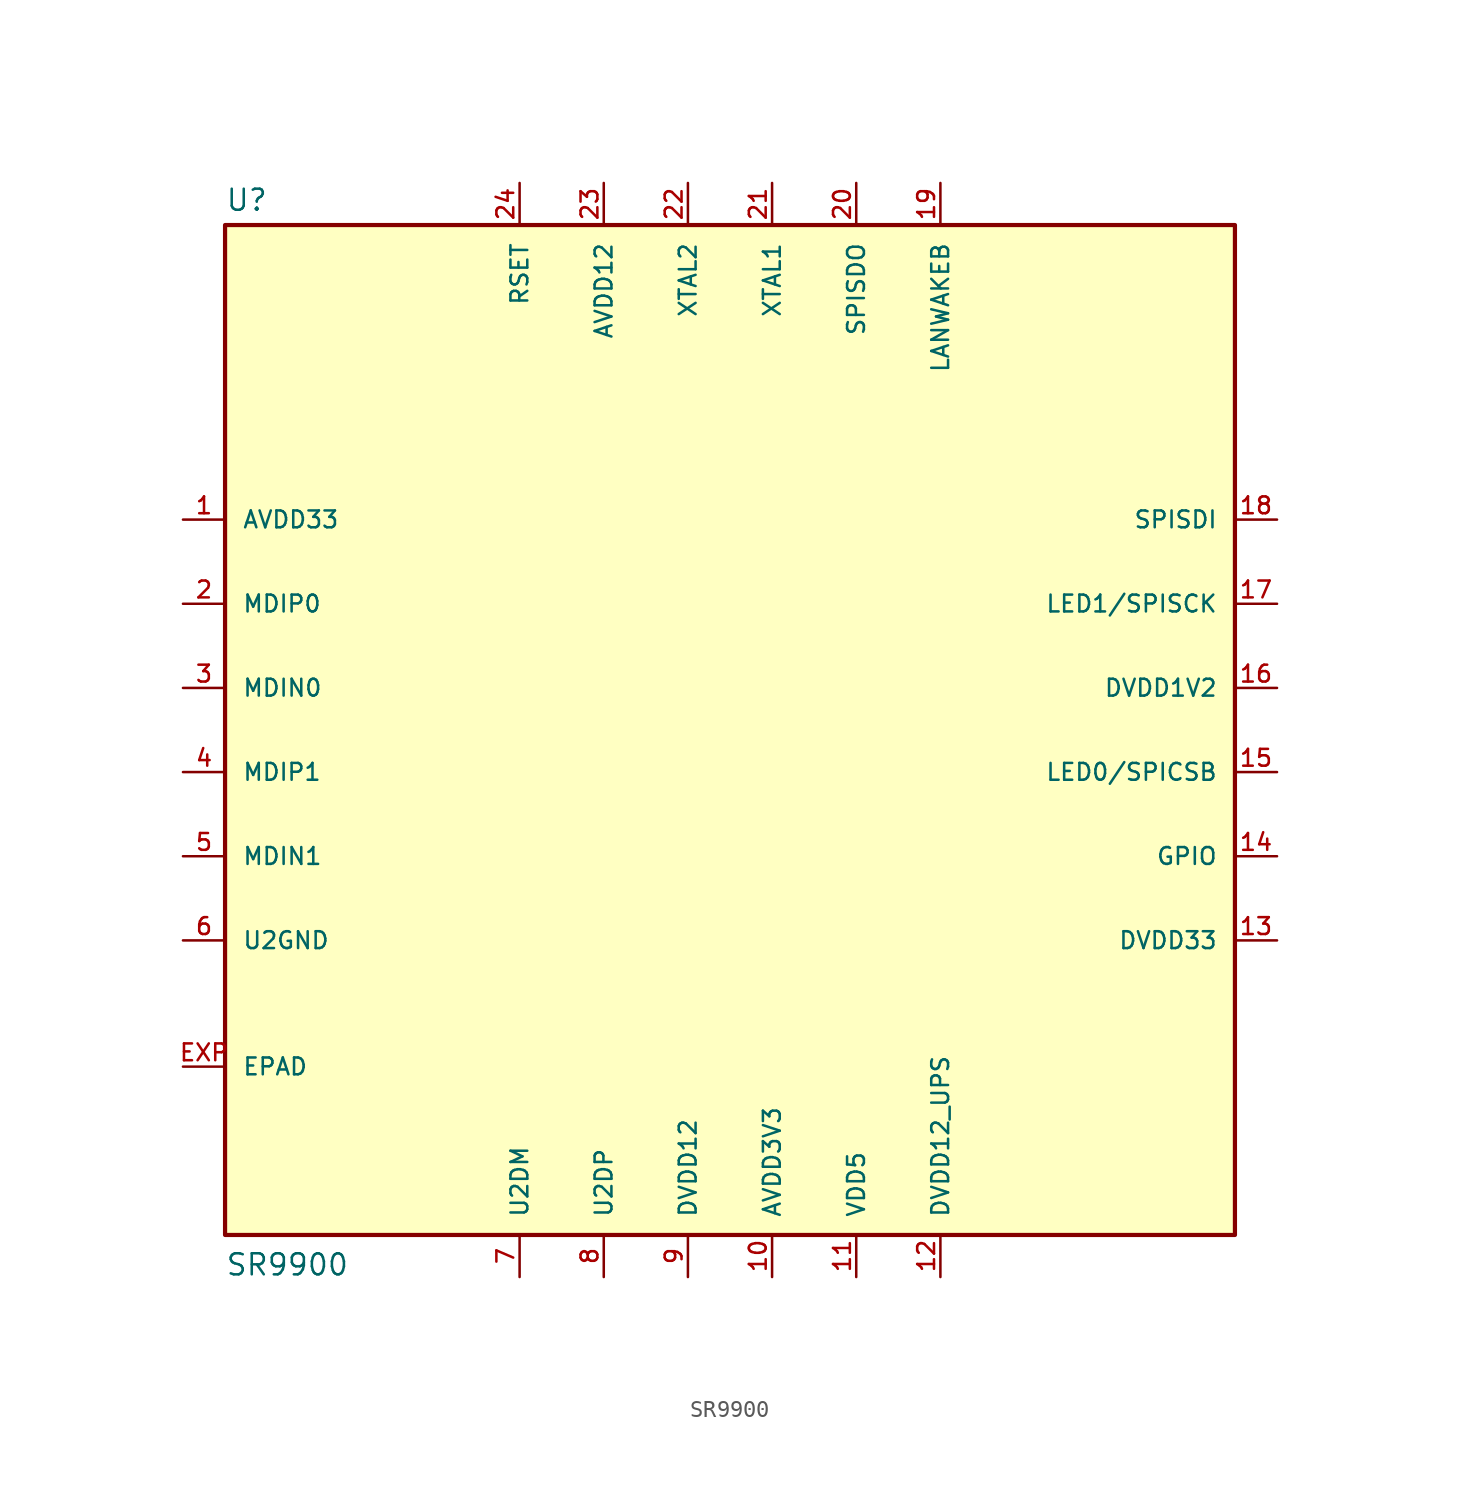
<source format=kicad_sym>
(kicad_symbol_lib
  (version 20211014)
  (generator kicad_symbol_editor)
  (symbol "SR9900"
    (pin_names
      (offset 1.016))
    (property "Reference" "U"
      (at -30.48 31.242 0)
      (effects (font (size 1.27 1.27)) (justify left bottom)))
    (property "Value" "SR9900"
      (at -30.48 -33.02 0)
      (effects (font (size 1.27 1.27)) (justify left bottom)))
    (property "ki_locked" ""
      (at 0 0 0)
      (effects (font (size 1.27 1.27))))
    (symbol "SR9900_0_0"
      (rectangle (start -30.48 -30.48) (end 30.48 30.48) (stroke (width 0.254) (type default) (color 0 0 0 0)) (fill (type background)))
      (pin power_in line (at -33.02 12.7 0) (length 2.54) (name "AVDD33" (effects (font (size 1.016 1.016)))) (number "1" (effects (font (size 1.016 1.016)))))
      (pin power_out line (at 2.54 -33.02 90) (length 2.54) (name "AVDD3V3" (effects (font (size 1.016 1.016)))) (number "10" (effects (font (size 1.016 1.016)))))
      (pin power_in line (at 7.62 -33.02 90) (length 2.54) (name "VDD5" (effects (font (size 1.016 1.016)))) (number "11" (effects (font (size 1.016 1.016)))))
      (pin power_out line (at 12.7 -33.02 90) (length 2.54) (name "DVDD12_UPS" (effects (font (size 1.016 1.016)))) (number "12" (effects (font (size 1.016 1.016)))))
      (pin power_in line (at 33.02 -12.7 180) (length 2.54) (name "DVDD33" (effects (font (size 1.016 1.016)))) (number "13" (effects (font (size 1.016 1.016)))))
      (pin bidirectional line (at 33.02 -7.62 180) (length 2.54) (name "GPIO" (effects (font (size 1.016 1.016)))) (number "14" (effects (font (size 1.016 1.016)))))
      (pin output line (at 33.02 -2.54 180) (length 2.54) (name "LED0/SPICSB" (effects (font (size 1.016 1.016)))) (number "15" (effects (font (size 1.016 1.016)))))
      (pin power_in line (at 33.02 2.54 180) (length 2.54) (name "DVDD1V2" (effects (font (size 1.016 1.016)))) (number "16" (effects (font (size 1.016 1.016)))))
      (pin output line (at 33.02 7.62 180) (length 2.54) (name "LED1/SPISCK" (effects (font (size 1.016 1.016)))) (number "17" (effects (font (size 1.016 1.016)))))
      (pin output line (at 33.02 12.7 180) (length 2.54) (name "SPISDI" (effects (font (size 1.016 1.016)))) (number "18" (effects (font (size 1.016 1.016)))))
      (pin output line (at 12.7 33.02 270) (length 2.54) (name "LANWAKEB" (effects (font (size 1.016 1.016)))) (number "19" (effects (font (size 1.016 1.016)))))
      (pin bidirectional line (at -33.02 7.62 0) (length 2.54) (name "MDIP0" (effects (font (size 1.016 1.016)))) (number "2" (effects (font (size 1.016 1.016)))))
      (pin input line (at 7.62 33.02 270) (length 2.54) (name "SPISDO" (effects (font (size 1.016 1.016)))) (number "20" (effects (font (size 1.016 1.016)))))
      (pin input line (at 2.54 33.02 270) (length 2.54) (name "XTAL1" (effects (font (size 1.016 1.016)))) (number "21" (effects (font (size 1.016 1.016)))))
      (pin output line (at -2.54 33.02 270) (length 2.54) (name "XTAL2" (effects (font (size 1.016 1.016)))) (number "22" (effects (font (size 1.016 1.016)))))
      (pin power_in line (at -7.62 33.02 270) (length 2.54) (name "AVDD12" (effects (font (size 1.016 1.016)))) (number "23" (effects (font (size 1.016 1.016)))))
      (pin input line (at -12.7 33.02 270) (length 2.54) (name "RSET" (effects (font (size 1.016 1.016)))) (number "24" (effects (font (size 1.016 1.016)))))
      (pin bidirectional line (at -33.02 2.54 0) (length 2.54) (name "MDIN0" (effects (font (size 1.016 1.016)))) (number "3" (effects (font (size 1.016 1.016)))))
      (pin bidirectional line (at -33.02 -2.54 0) (length 2.54) (name "MDIP1" (effects (font (size 1.016 1.016)))) (number "4" (effects (font (size 1.016 1.016)))))
      (pin bidirectional line (at -33.02 -7.62 0) (length 2.54) (name "MDIN1" (effects (font (size 1.016 1.016)))) (number "5" (effects (font (size 1.016 1.016)))))
      (pin power_in line (at -33.02 -12.7 0) (length 2.54) (name "U2GND" (effects (font (size 1.016 1.016)))) (number "6" (effects (font (size 1.016 1.016)))))
      (pin bidirectional line (at -12.7 -33.02 90) (length 2.54) (name "U2DM" (effects (font (size 1.016 1.016)))) (number "7" (effects (font (size 1.016 1.016)))))
      (pin bidirectional line (at -7.62 -33.02 90) (length 2.54) (name "U2DP" (effects (font (size 1.016 1.016)))) (number "8" (effects (font (size 1.016 1.016)))))
      (pin power_in line (at -2.54 -33.02 90) (length 2.54) (name "DVDD12" (effects (font (size 1.016 1.016)))) (number "9" (effects (font (size 1.016 1.016)))))
      (pin power_in line (at -33.02 -20.32 0) (length 2.54) (name "EPAD" (effects (font (size 1.016 1.016)))) (number "EXP" (effects (font (size 1.016 1.016))))))))
</source>
